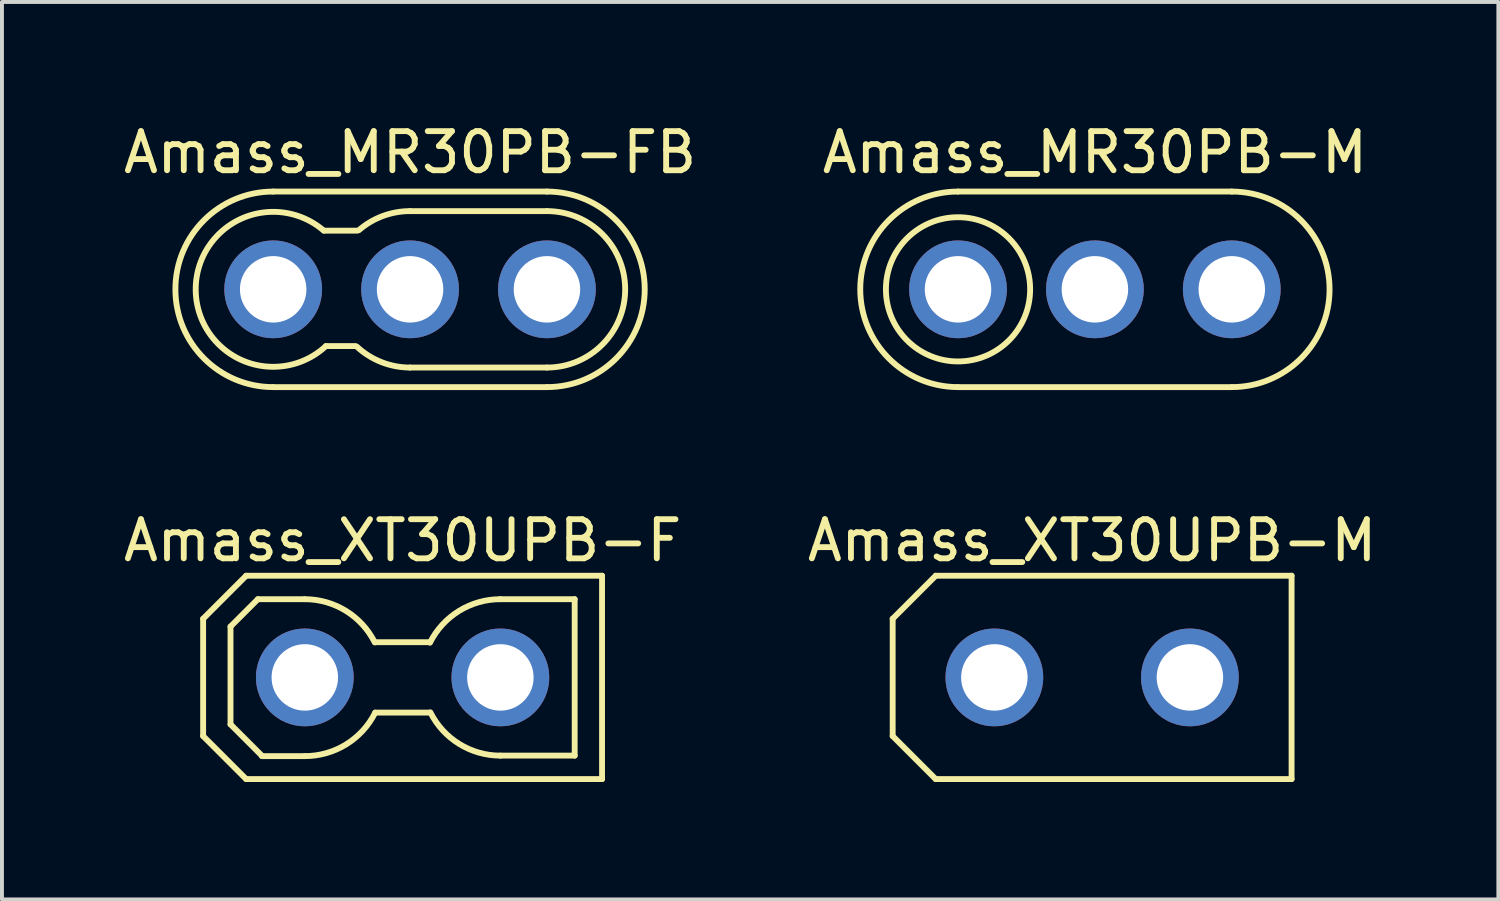
<source format=kicad_pcb>
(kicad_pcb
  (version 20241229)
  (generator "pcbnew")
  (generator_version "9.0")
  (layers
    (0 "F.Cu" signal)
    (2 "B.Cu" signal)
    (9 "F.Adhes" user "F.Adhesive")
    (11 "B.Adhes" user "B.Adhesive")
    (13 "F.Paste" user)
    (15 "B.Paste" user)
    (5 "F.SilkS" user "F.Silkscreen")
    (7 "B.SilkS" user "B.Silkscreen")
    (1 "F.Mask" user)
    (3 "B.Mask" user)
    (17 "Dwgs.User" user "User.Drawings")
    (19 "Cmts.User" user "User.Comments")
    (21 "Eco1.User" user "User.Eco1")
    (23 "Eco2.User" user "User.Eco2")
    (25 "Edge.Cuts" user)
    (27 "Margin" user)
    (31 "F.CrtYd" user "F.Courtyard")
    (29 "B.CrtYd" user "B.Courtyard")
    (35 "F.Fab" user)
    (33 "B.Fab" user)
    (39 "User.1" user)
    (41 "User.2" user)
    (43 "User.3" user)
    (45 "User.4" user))
  (footprint "Amass_XT30UPB-F"
    (layer "F.Cu")
    (at 7.244 14.271)
    (property "Reference" "Amass_XT30UPB-F" (at 0 -3.5 0) (layer "F.SilkS") (effects (font (size 1 1) (thickness 0.15))))
    (attr through_hole)
    (fp_line (start -5.1 -1.5) (end -5.1 1.5) (stroke (width 0.15) (type solid)) (layer "F.SilkS"))
    (fp_line (start -5.1 1.5) (end -4 2.6) (stroke (width 0.15) (type solid)) (layer "F.SilkS"))
    (fp_line (start -4.4 -1.3) (end -4.4 1.2) (stroke (width 0.15) (type solid)) (layer "F.SilkS"))
    (fp_line (start -4.4 -1.3) (end -3.7 -2) (stroke (width 0.15) (type solid)) (layer "F.SilkS"))
    (fp_line (start -4.4 1.2) (end -3.6 2) (stroke (width 0.15) (type solid)) (layer "F.SilkS"))
    (fp_line (start -4 -2.6) (end -5.1 -1.5) (stroke (width 0.15) (type solid)) (layer "F.SilkS"))
    (fp_line (start -4 -2.6) (end 5.1 -2.6) (stroke (width 0.15) (type solid)) (layer "F.SilkS"))
    (fp_line (start -4 2.6) (end 5.1 2.6) (stroke (width 0.15) (type solid)) (layer "F.SilkS"))
    (fp_line (start -3.7 -2) (end -2.5 -2) (stroke (width 0.15) (type solid)) (layer "F.SilkS"))
    (fp_line (start -3.6 2.012) (end -2.5 2.012) (stroke (width 0.15) (type solid)) (layer "F.SilkS"))
    (fp_line (start -0.7 -0.9) (end 0.7 -0.9) (stroke (width 0.15) (type solid)) (layer "F.SilkS"))
    (fp_line (start 0.7 0.9) (end -0.7 0.9) (stroke (width 0.15) (type solid)) (layer "F.SilkS"))
    (fp_line (start 2.5 -2) (end 4.4 -2) (stroke (width 0.15) (type solid)) (layer "F.SilkS"))
    (fp_line (start 4.4 -2) (end 4.4 2) (stroke (width 0.15) (type solid)) (layer "F.SilkS"))
    (fp_line (start 4.4 2) (end 2.5 2) (stroke (width 0.15) (type solid)) (layer "F.SilkS"))
    (fp_line (start 5.1 -2.6) (end 5.1 2.6) (stroke (width 0.15) (type solid)) (layer "F.SilkS"))
    (fp_arc (start -2.5 -2) (mid -1.448538 -1.701302) (end -0.711146 -0.894427) (stroke (width 0.15) (type solid)) (layer "F.SilkS"))
    (fp_arc (start -0.7 0.9) (mid -1.441987 1.711902) (end -2.5 2.012461) (stroke (width 0.15) (type solid)) (layer "F.SilkS"))
    (fp_arc (start 0.7 -0.887539) (mid 1.441987 -1.699441) (end 2.5 -2) (stroke (width 0.15) (type solid)) (layer "F.SilkS"))
    (fp_arc (start 2.5 2) (mid 1.448538 1.701302) (end 0.711146 0.894427) (stroke (width 0.15) (type solid)) (layer "F.SilkS"))
    (pad "1" thru_hole circle (at -2.5 0) (size 2.5 2.5) (drill 1.7) (layers "*.Cu" "*.Mask"))
    (pad "2" thru_hole circle (at 2.5 0) (size 2.5 2.5) (drill 1.7) (layers "*.Cu" "*.Mask")))
  (footprint "Amass_MR30PB-M"
    (layer "F.Cu")
    (at 24.946 4.348)
    (property "Reference" "Amass_MR30PB-M" (at 0 -3.5 0) (layer "F.SilkS") (effects (font (size 1 1) (thickness 0.15))))
    (attr through_hole)
    (fp_line (start -3.5 -2.5) (end 3.5 -2.5) (stroke (width 0.15) (type solid)) (layer "F.SilkS"))
    (fp_line (start -3.5 2.5) (end 3.5 2.5) (stroke (width 0.15) (type solid)) (layer "F.SilkS"))
    (fp_arc (start -3.5 2.5) (mid -6 0) (end -3.5 -2.5) (stroke (width 0.15) (type solid)) (layer "F.SilkS"))
    (fp_arc (start 3.5 -2.5) (mid 6 0) (end 3.5 2.5) (stroke (width 0.15) (type solid)) (layer "F.SilkS"))
    (fp_circle (center -3.5 0) (end -3.1 1.8) (stroke (width 0.15) (type solid)) (fill no) (layer "F.SilkS"))
    (pad "1" thru_hole circle (at -3.5 0) (size 2.5 2.5) (drill 1.7) (layers "*.Cu" "*.Mask"))
    (pad "2" thru_hole circle (at 0 0) (size 2.5 2.5) (drill 1.7) (layers "*.Cu" "*.Mask"))
    (pad "3" thru_hole circle (at 3.5 0) (size 2.5 2.5) (drill 1.7) (layers "*.Cu" "*.Mask")))
  (footprint "Amass_MR30PB-FB"
    (layer "F.Cu")
    (at 7.435 4.348)
    (property "Reference" "Amass_MR30PB-FB" (at 0 -3.5 0) (layer "F.SilkS") (effects (font (size 1 1) (thickness 0.15))))
    (attr through_hole)
    (fp_line (start -3.5 -2.5) (end 3.5 -2.5) (stroke (width 0.15) (type solid)) (layer "F.SilkS"))
    (fp_line (start -3.5 2.5) (end 3.5 2.5) (stroke (width 0.15) (type solid)) (layer "F.SilkS"))
    (fp_line (start -2.2 -1.5) (end -1.35 -1.5) (stroke (width 0.15) (type solid)) (layer "F.SilkS"))
    (fp_line (start -2.15 1.45) (end -1.4 1.45) (stroke (width 0.15) (type solid)) (layer "F.SilkS"))
    (fp_line (start 0 -2) (end 3.5 -2) (stroke (width 0.15) (type solid)) (layer "F.SilkS"))
    (fp_line (start 0 2) (end 3.5 2) (stroke (width 0.15) (type solid)) (layer "F.SilkS"))
    (fp_arc (start -3.5 2.5) (mid -6 0) (end -3.5 -2.5) (stroke (width 0.15) (type solid)) (layer "F.SilkS"))
    (fp_arc (start -2.15 1.45) (mid -5.480799 0.037878) (end -2.206422 -1.500552) (stroke (width 0.15) (type solid)) (layer "F.SilkS"))
    (fp_arc (start -1.309861 -1.511378) (mid -0.699015 -1.873867) (end 0 -2) (stroke (width 0.15) (type solid)) (layer "F.SilkS"))
    (fp_arc (start 0 2) (mid -0.732265 1.861125) (end -1.362837 1.463788) (stroke (width 0.15) (type solid)) (layer "F.SilkS"))
    (fp_arc (start 3.5 -2.5) (mid 6 0) (end 3.5 2.5) (stroke (width 0.15) (type solid)) (layer "F.SilkS"))
    (fp_arc (start 3.5 -2) (mid 5.5 0) (end 3.5 2) (stroke (width 0.15) (type solid)) (layer "F.SilkS"))
    (pad "1" thru_hole circle (at -3.5 0) (size 2.5 2.5) (drill 1.7) (layers "*.Cu" "*.Mask"))
    (pad "2" thru_hole circle (at 0 0) (size 2.5 2.5) (drill 1.7) (layers "*.Cu" "*.Mask"))
    (pad "3" thru_hole circle (at 3.5 0) (size 2.5 2.5) (drill 1.7) (layers "*.Cu" "*.Mask")))
  (footprint "Amass_XT30UPB-M"
    (layer "F.Cu")
    (at 24.875 14.271)
    (property "Reference" "Amass_XT30UPB-M" (at 0 -3.5 0) (layer "F.SilkS") (effects (font (size 1 1) (thickness 0.15))))
    (attr through_hole)
    (fp_line (start -5.1 -1.5) (end -5.1 1.5) (stroke (width 0.15) (type solid)) (layer "F.SilkS"))
    (fp_line (start -5.1 1.5) (end -4 2.6) (stroke (width 0.15) (type solid)) (layer "F.SilkS"))
    (fp_line (start -4 -2.6) (end -5.1 -1.5) (stroke (width 0.15) (type solid)) (layer "F.SilkS"))
    (fp_line (start -4 -2.6) (end 5.1 -2.6) (stroke (width 0.15) (type solid)) (layer "F.SilkS"))
    (fp_line (start -4 2.6) (end 5.1 2.6) (stroke (width 0.15) (type solid)) (layer "F.SilkS"))
    (fp_line (start 5.1 -2.6) (end 5.1 2.6) (stroke (width 0.15) (type solid)) (layer "F.SilkS"))
    (pad "1" thru_hole circle (at -2.5 0) (size 2.5 2.5) (drill 1.7) (layers "*.Cu" "*.Mask"))
    (pad "2" thru_hole circle (at 2.5 0) (size 2.5 2.5) (drill 1.7) (layers "*.Cu" "*.Mask")))
  (gr_rect
    (start -3 -3)
    (end 35.262 19.947)
    (stroke (width 0.1) (type default))
    (fill no)
    (layer "Edge.Cuts")))
</source>
